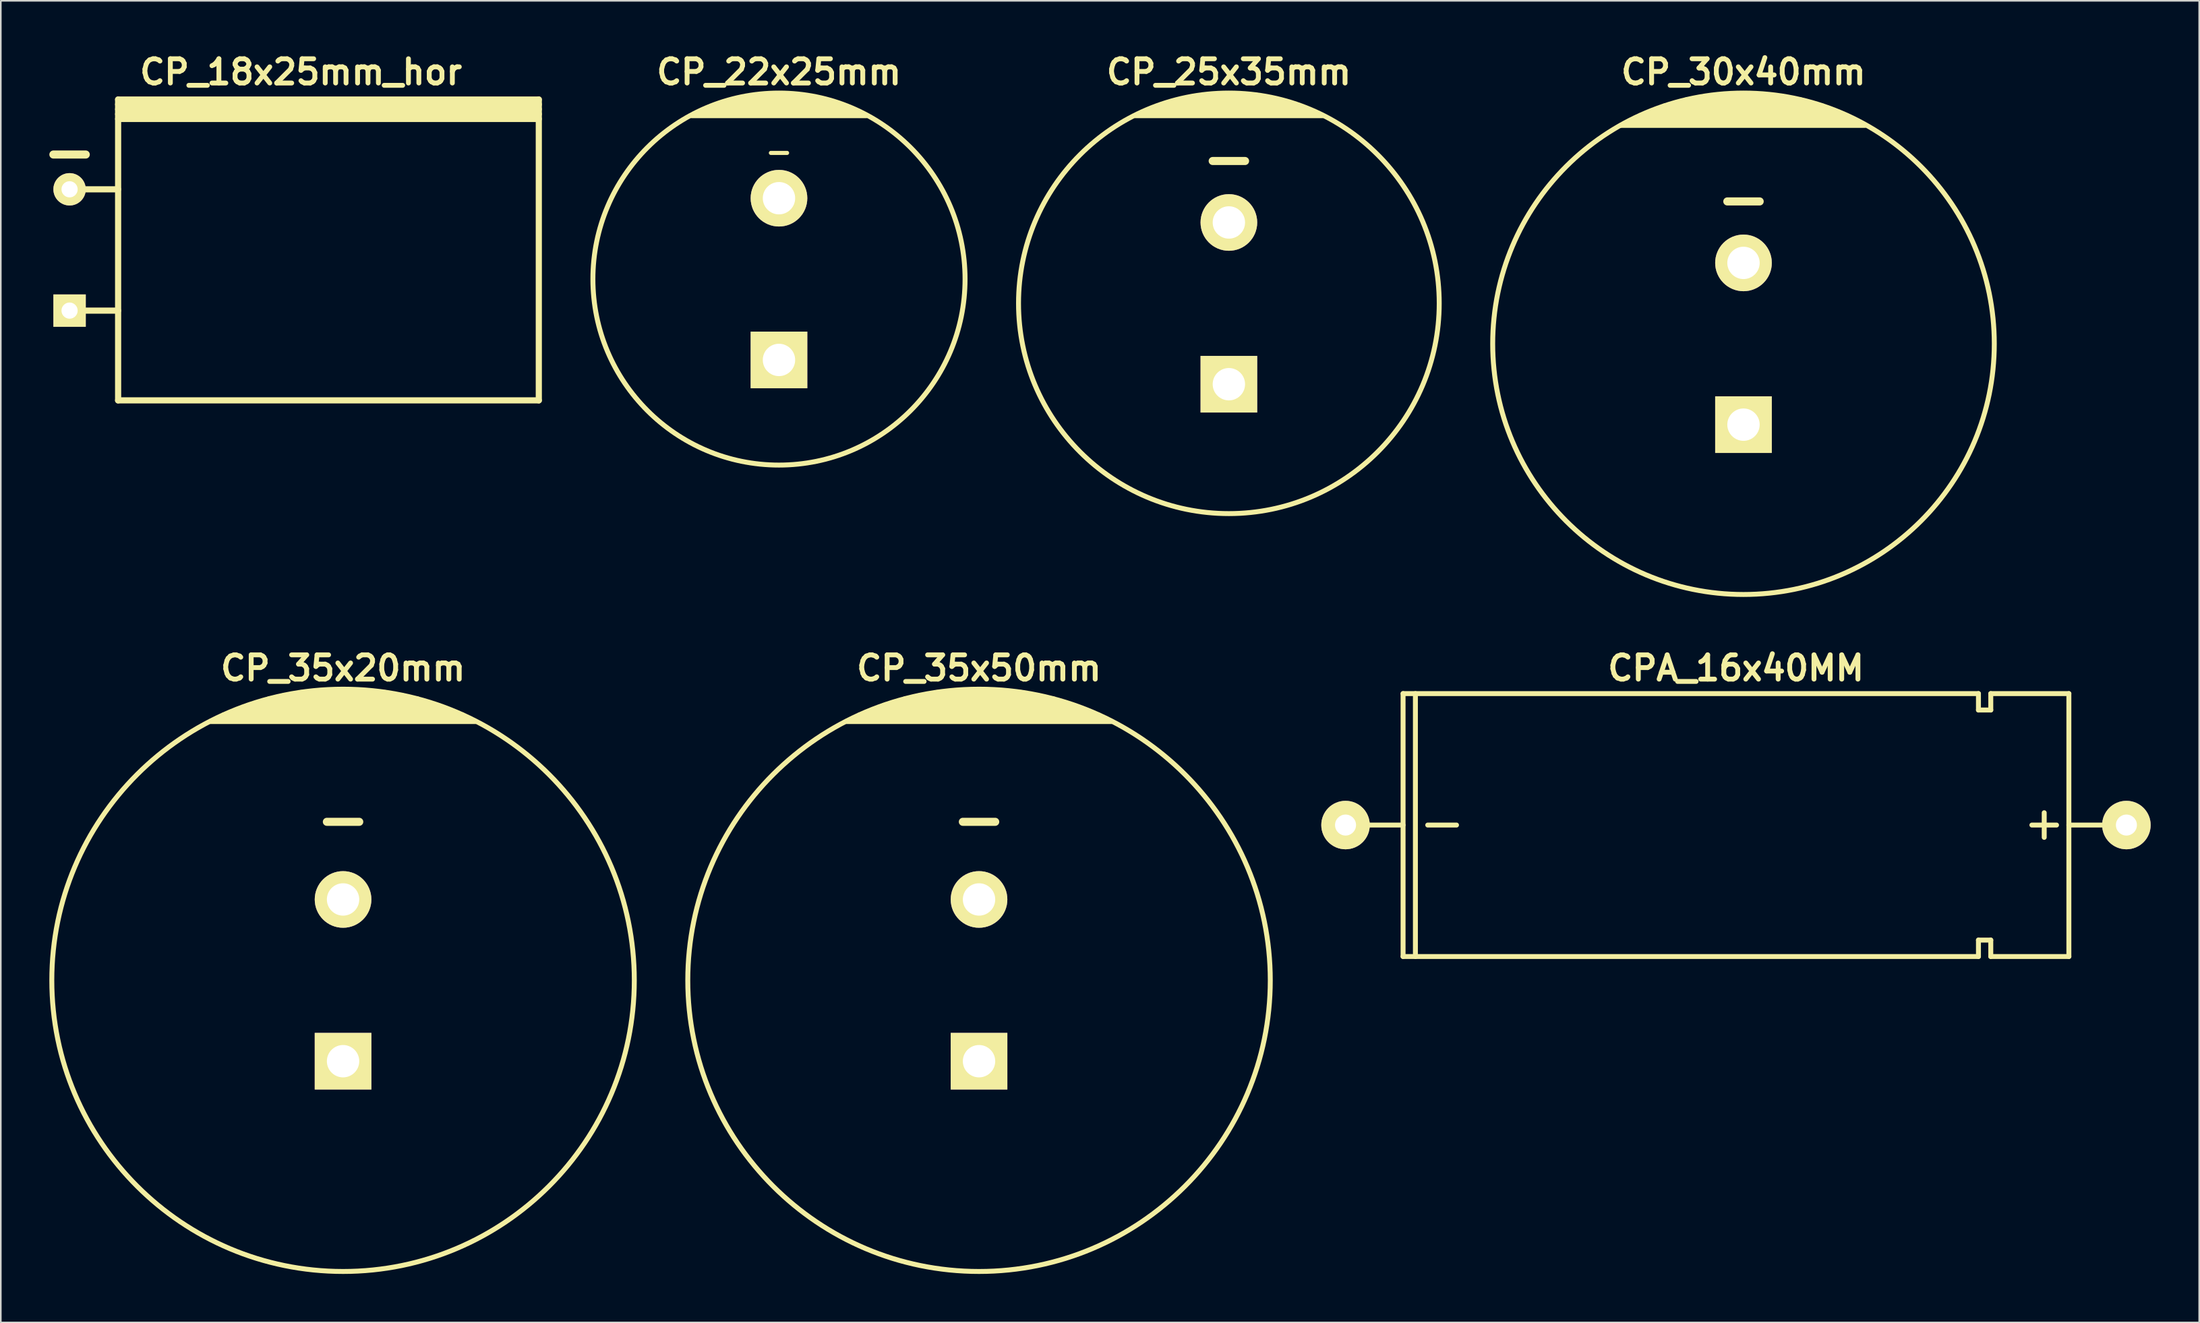
<source format=kicad_pcb>
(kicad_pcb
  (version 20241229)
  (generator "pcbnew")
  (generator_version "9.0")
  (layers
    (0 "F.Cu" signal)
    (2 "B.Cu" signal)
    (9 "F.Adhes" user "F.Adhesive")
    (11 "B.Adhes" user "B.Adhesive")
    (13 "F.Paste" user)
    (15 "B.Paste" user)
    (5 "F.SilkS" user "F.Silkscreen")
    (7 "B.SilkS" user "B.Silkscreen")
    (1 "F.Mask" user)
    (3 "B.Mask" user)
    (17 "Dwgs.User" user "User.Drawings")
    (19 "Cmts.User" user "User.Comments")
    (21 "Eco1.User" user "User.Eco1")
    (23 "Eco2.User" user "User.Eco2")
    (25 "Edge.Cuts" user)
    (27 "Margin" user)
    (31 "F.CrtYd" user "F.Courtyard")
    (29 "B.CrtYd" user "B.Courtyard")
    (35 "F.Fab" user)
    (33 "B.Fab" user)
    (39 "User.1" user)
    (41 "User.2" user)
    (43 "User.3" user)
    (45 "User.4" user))
  (footprint "CP_30x40mm"
    (layer "F.Cu")
    (at 104.703 18.204)
    (property "Reference" "CP_30x40mm" (at 0 -16.8 0) (layer "F.SilkS") (effects (font (size 1.5 1.5) (thickness 0.3))))
    (attr through_hole)
    (fp_line (start -7.6 -13.5) (end 7.5 -13.5) (stroke (width 0.305) (type solid)) (layer "F.SilkS"))
    (fp_line (start -6.8 -13.9) (end 6.8 -13.9) (stroke (width 0.305) (type solid)) (layer "F.SilkS"))
    (fp_line (start -6.4 -14.1) (end 6.4 -14.1) (stroke (width 0.305) (type solid)) (layer "F.SilkS"))
    (fp_line (start -5.4 -14.5) (end 5.4 -14.5) (stroke (width 0.305) (type solid)) (layer "F.SilkS"))
    (fp_line (start -4.9 -14.7) (end 4.9 -14.7) (stroke (width 0.305) (type solid)) (layer "F.SilkS"))
    (fp_line (start -4.2 -14.9) (end 4.2 -14.9) (stroke (width 0.305) (type solid)) (layer "F.SilkS"))
    (fp_line (start -3.5 -15.1) (end 3.5 -15.1) (stroke (width 0.305) (type solid)) (layer "F.SilkS"))
    (fp_line (start -2.4 -15.3) (end 2.4 -15.3) (stroke (width 0.305) (type solid)) (layer "F.SilkS"))
    (fp_line (start -1 -8.8) (end 1 -8.8) (stroke (width 0.5) (type solid)) (layer "F.SilkS"))
    (fp_line (start 5.9 -14.3) (end -5.9 -14.3) (stroke (width 0.305) (type solid)) (layer "F.SilkS"))
    (fp_line (start 7.2 -13.7) (end -7.2 -13.7) (stroke (width 0.305) (type solid)) (layer "F.SilkS"))
    (fp_circle (center 0 0) (end -15.5 0) (stroke (width 0.305) (type solid)) (fill no) (layer "F.SilkS"))
    (pad "1" thru_hole rect (at 0 5) (size 3.5 3.5) (drill 2) (layers "*.Cu" "*.Mask" "F.SilkS"))
    (pad "2" thru_hole circle (at 0 -5) (size 3.5 3.5) (drill 2) (layers "*.Cu" "*.Mask" "F.SilkS")))
  (footprint "CPA_16x40MM"
    (layer "F.Cu")
    (at 104.238 47.96)
    (property "Reference" "CPA_16x40MM" (at 0 -9.7 0) (layer "F.SilkS") (effects (font (size 1.5 1.5) (thickness 0.3))))
    (attr through_hole)
    (fp_line (start -20.574 0) (end -24.13 0) (stroke (width 0.305) (type solid)) (layer "F.SilkS"))
    (fp_line (start -20.574 8.128) (end -20.574 -8.128) (stroke (width 0.305) (type solid)) (layer "F.SilkS"))
    (fp_line (start -19.812 -8.128) (end -19.812 8.128) (stroke (width 0.305) (type solid)) (layer "F.SilkS"))
    (fp_line (start -19.05 0) (end -17.272 0) (stroke (width 0.305) (type solid)) (layer "F.SilkS"))
    (fp_line (start 14.986 -8.128) (end -20.574 -8.128) (stroke (width 0.305) (type solid)) (layer "F.SilkS"))
    (fp_line (start 14.986 -8.128) (end 14.986 -7.112) (stroke (width 0.305) (type solid)) (layer "F.SilkS"))
    (fp_line (start 14.986 -7.112) (end 15.748 -7.112) (stroke (width 0.305) (type solid)) (layer "F.SilkS"))
    (fp_line (start 14.986 7.112) (end 14.986 8.128) (stroke (width 0.305) (type solid)) (layer "F.SilkS"))
    (fp_line (start 14.986 8.128) (end -20.574 8.128) (stroke (width 0.305) (type solid)) (layer "F.SilkS"))
    (fp_line (start 15.748 -7.112) (end 15.748 -8.128) (stroke (width 0.305) (type solid)) (layer "F.SilkS"))
    (fp_line (start 15.748 7.112) (end 14.986 7.112) (stroke (width 0.305) (type solid)) (layer "F.SilkS"))
    (fp_line (start 15.748 8.128) (end 15.748 7.112) (stroke (width 0.305) (type solid)) (layer "F.SilkS"))
    (fp_line (start 19.05 0.762) (end 19.05 -0.762) (stroke (width 0.305) (type solid)) (layer "F.SilkS"))
    (fp_line (start 19.812 0) (end 18.288 0) (stroke (width 0.305) (type solid)) (layer "F.SilkS"))
    (fp_line (start 20.574 -8.128) (end 15.748 -8.128) (stroke (width 0.305) (type solid)) (layer "F.SilkS"))
    (fp_line (start 20.574 0) (end 24.13 0) (stroke (width 0.305) (type solid)) (layer "F.SilkS"))
    (fp_line (start 20.574 8.128) (end 15.748 8.128) (stroke (width 0.305) (type solid)) (layer "F.SilkS"))
    (fp_line (start 20.574 8.128) (end 20.574 -8.128) (stroke (width 0.305) (type solid)) (layer "F.SilkS"))
    (pad "1" thru_hole circle (at 24.13 0) (size 2.997 2.997) (drill 1.298) (layers "*.Cu" "*.Mask" "F.SilkS"))
    (pad "2" thru_hole circle (at -24.13 0) (size 2.997 2.997) (drill 1.298) (layers "*.Cu" "*.Mask" "F.SilkS")))
  (footprint "CP_35x20mm"
    (layer "F.Cu")
    (at 18.152 57.56)
    (property "Reference" "CP_35x20mm" (at 0 -19.3 0) (layer "F.SilkS") (effects (font (size 1.5 1.5) (thickness 0.3))))
    (attr through_hole)
    (fp_line (start -8.2 -16) (end 8.2 -16) (stroke (width 0.305) (type solid)) (layer "F.SilkS"))
    (fp_line (start -7.8 -16.2) (end 7.8 -16.2) (stroke (width 0.305) (type solid)) (layer "F.SilkS"))
    (fp_line (start -7.4 -16.4) (end 7.4 -16.4) (stroke (width 0.305) (type solid)) (layer "F.SilkS"))
    (fp_line (start -6.9 -16.6) (end 6.9 -16.6) (stroke (width 0.305) (type solid)) (layer "F.SilkS"))
    (fp_line (start -6.4 -16.8) (end 6.4 -16.8) (stroke (width 0.305) (type solid)) (layer "F.SilkS"))
    (fp_line (start -5.9 -17) (end 5.9 -17) (stroke (width 0.305) (type solid)) (layer "F.SilkS"))
    (fp_line (start -5.2 -17.2) (end 5.2 -17.2) (stroke (width 0.305) (type solid)) (layer "F.SilkS"))
    (fp_line (start -4.6 -17.4) (end 4.6 -17.4) (stroke (width 0.305) (type solid)) (layer "F.SilkS"))
    (fp_line (start -3.7 -17.6) (end 3.7 -17.6) (stroke (width 0.305) (type solid)) (layer "F.SilkS"))
    (fp_line (start -2.6 -17.8) (end 2.6 -17.8) (stroke (width 0.305) (type solid)) (layer "F.SilkS"))
    (fp_line (start -1 -9.8) (end 1 -9.8) (stroke (width 0.5) (type solid)) (layer "F.SilkS"))
    (fp_circle (center 0 0) (end -18 0) (stroke (width 0.305) (type solid)) (fill no) (layer "F.SilkS"))
    (pad "1" thru_hole rect (at 0 5) (size 3.5 3.5) (drill 2) (layers "*.Cu" "*.Mask" "F.SilkS"))
    (pad "2" thru_hole circle (at 0 -5) (size 3.5 3.5) (drill 2) (layers "*.Cu" "*.Mask" "F.SilkS")))
  (footprint "CP_25x35mm"
    (layer "F.Cu")
    (at 72.898 15.704)
    (property "Reference" "CP_25x35mm" (at 0 -14.3 0) (layer "F.SilkS") (effects (font (size 1.5 1.5) (thickness 0.3))))
    (attr through_hole)
    (fp_line (start -5.8 -11.6) (end 5.8 -11.6) (stroke (width 0.305) (type solid)) (layer "F.SilkS"))
    (fp_line (start -4.9 -12) (end 4.9 -12) (stroke (width 0.305) (type solid)) (layer "F.SilkS"))
    (fp_line (start -3.8 -12.4) (end 3.8 -12.4) (stroke (width 0.305) (type solid)) (layer "F.SilkS"))
    (fp_line (start -2.2 -12.8) (end 2.1 -12.8) (stroke (width 0.305) (type solid)) (layer "F.SilkS"))
    (fp_line (start -1 -8.8) (end 1 -8.8) (stroke (width 0.5) (type solid)) (layer "F.SilkS"))
    (fp_line (start 3 -12.6) (end -3.1 -12.6) (stroke (width 0.305) (type solid)) (layer "F.SilkS"))
    (fp_line (start 4.4 -12.2) (end -4.4 -12.2) (stroke (width 0.305) (type solid)) (layer "F.SilkS"))
    (fp_line (start 5.4 -11.8) (end -5.3 -11.8) (stroke (width 0.305) (type solid)) (layer "F.SilkS"))
    (fp_circle (center 0 0) (end -13 0) (stroke (width 0.305) (type solid)) (fill no) (layer "F.SilkS"))
    (pad "1" thru_hole rect (at 0 5) (size 3.5 3.5) (drill 2) (layers "*.Cu" "*.Mask" "F.SilkS"))
    (pad "2" thru_hole circle (at 0 -5) (size 3.5 3.5) (drill 2) (layers "*.Cu" "*.Mask" "F.SilkS")))
  (footprint "CP_22x25mm"
    (layer "F.Cu")
    (at 45.093 14.204)
    (property "Reference" "CP_22x25mm" (at 0 -12.8 0) (layer "F.SilkS") (effects (font (size 1.5 1.5) (thickness 0.3))))
    (attr through_hole)
    (fp_line (start -5.4 -10.1) (end 5.4 -10.1) (stroke (width 0.305) (type solid)) (layer "F.SilkS"))
    (fp_line (start -4.5 -10.5) (end 4.5 -10.5) (stroke (width 0.305) (type solid)) (layer "F.SilkS"))
    (fp_line (start -3.5 -10.9) (end 3.5 -10.9) (stroke (width 0.305) (type solid)) (layer "F.SilkS"))
    (fp_line (start -2.9 -11.1) (end 2.9 -11.1) (stroke (width 0.305) (type solid)) (layer "F.SilkS"))
    (fp_line (start -2 -11.3) (end 2 -11.3) (stroke (width 0.305) (type solid)) (layer "F.SilkS"))
    (fp_line (start -0.5 -7.8) (end 0.5 -7.8) (stroke (width 0.254) (type solid)) (layer "F.SilkS"))
    (fp_line (start 4.1 -10.7) (end -4.1 -10.7) (stroke (width 0.305) (type solid)) (layer "F.SilkS"))
    (fp_line (start 5 -10.3) (end -5 -10.3) (stroke (width 0.305) (type solid)) (layer "F.SilkS"))
    (fp_circle (center 0 0) (end -11.5 0) (stroke (width 0.305) (type solid)) (fill no) (layer "F.SilkS"))
    (pad "1" thru_hole rect (at 0 5) (size 3.5 3.5) (drill 2) (layers "*.Cu" "*.Mask" "F.SilkS"))
    (pad "2" thru_hole circle (at 0 -5) (size 3.5 3.5) (drill 2) (layers "*.Cu" "*.Mask" "F.SilkS")))
  (footprint "CP_18x25mm_hor"
    (layer "F.Cu")
    (at 15.55 12.404)
    (property "Reference" "CP_18x25mm_hor" (at 0 -11 0) (layer "F.SilkS") (effects (font (size 1.5 1.5) (thickness 0.3))))
    (attr through_hole)
    (fp_line (start -15.3 -5.9) (end -13.3 -5.9) (stroke (width 0.5) (type solid)) (layer "F.SilkS"))
    (fp_line (start -14.3 -3.75) (end -11.3 -3.75) (stroke (width 0.381) (type solid)) (layer "F.SilkS"))
    (fp_line (start -14.3 3.75) (end -11.3 3.75) (stroke (width 0.381) (type solid)) (layer "F.SilkS"))
    (fp_line (start -11.3 -9) (end 14.7 -9) (stroke (width 0.381) (type solid)) (layer "F.SilkS"))
    (fp_line (start -11.3 -8.7) (end 14.7 -8.7) (stroke (width 0.381) (type solid)) (layer "F.SilkS"))
    (fp_line (start -11.3 -8.4) (end 14.7 -8.4) (stroke (width 0.381) (type solid)) (layer "F.SilkS"))
    (fp_line (start -11.3 -8.1) (end 14.7 -8.1) (stroke (width 0.381) (type solid)) (layer "F.SilkS"))
    (fp_line (start -11.3 9.3) (end -11.3 -9.3) (stroke (width 0.381) (type solid)) (layer "F.SilkS"))
    (fp_line (start 14.7 -9.3) (end -11.3 -9.3) (stroke (width 0.381) (type solid)) (layer "F.SilkS"))
    (fp_line (start 14.7 -9.3) (end 14.7 9.3) (stroke (width 0.381) (type solid)) (layer "F.SilkS"))
    (fp_line (start 14.7 9.3) (end -11.3 9.3) (stroke (width 0.381) (type solid)) (layer "F.SilkS"))
    (pad "1" thru_hole rect (at -14.3 3.75) (size 2 2) (drill 1) (layers "*.Cu" "*.Mask" "F.SilkS"))
    (pad "2" thru_hole circle (at -14.3 -3.75) (size 2 2) (drill 1) (layers "*.Cu" "*.Mask" "F.SilkS")))
  (footprint "CP_35x50mm"
    (layer "F.Cu")
    (at 57.457 57.56)
    (property "Reference" "CP_35x50mm" (at 0 -19.3 0) (layer "F.SilkS") (effects (font (size 1.5 1.5) (thickness 0.3))))
    (attr through_hole)
    (fp_line (start -8.2 -16) (end 8.2 -16) (stroke (width 0.305) (type solid)) (layer "F.SilkS"))
    (fp_line (start -7.8 -16.2) (end 7.8 -16.2) (stroke (width 0.305) (type solid)) (layer "F.SilkS"))
    (fp_line (start -7.4 -16.4) (end 7.4 -16.4) (stroke (width 0.305) (type solid)) (layer "F.SilkS"))
    (fp_line (start -6.9 -16.6) (end 6.9 -16.6) (stroke (width 0.305) (type solid)) (layer "F.SilkS"))
    (fp_line (start -6.4 -16.8) (end 6.4 -16.8) (stroke (width 0.305) (type solid)) (layer "F.SilkS"))
    (fp_line (start -5.9 -17) (end 5.9 -17) (stroke (width 0.305) (type solid)) (layer "F.SilkS"))
    (fp_line (start -5.2 -17.2) (end 5.2 -17.2) (stroke (width 0.305) (type solid)) (layer "F.SilkS"))
    (fp_line (start -4.6 -17.4) (end 4.6 -17.4) (stroke (width 0.305) (type solid)) (layer "F.SilkS"))
    (fp_line (start -3.7 -17.6) (end 3.7 -17.6) (stroke (width 0.305) (type solid)) (layer "F.SilkS"))
    (fp_line (start -2.6 -17.8) (end 2.6 -17.8) (stroke (width 0.305) (type solid)) (layer "F.SilkS"))
    (fp_line (start -1 -9.8) (end 1 -9.8) (stroke (width 0.5) (type solid)) (layer "F.SilkS"))
    (fp_circle (center 0 0) (end -18 0) (stroke (width 0.305) (type solid)) (fill no) (layer "F.SilkS"))
    (pad "1" thru_hole rect (at 0 5) (size 3.5 3.5) (drill 2) (layers "*.Cu" "*.Mask" "F.SilkS"))
    (pad "2" thru_hole circle (at 0 -5) (size 3.5 3.5) (drill 2) (layers "*.Cu" "*.Mask" "F.SilkS")))
  (gr_rect
    (start -3 -3)
    (end 132.867 78.713)
    (stroke (width 0.1) (type default))
    (fill no)
    (layer "Edge.Cuts")))
</source>
